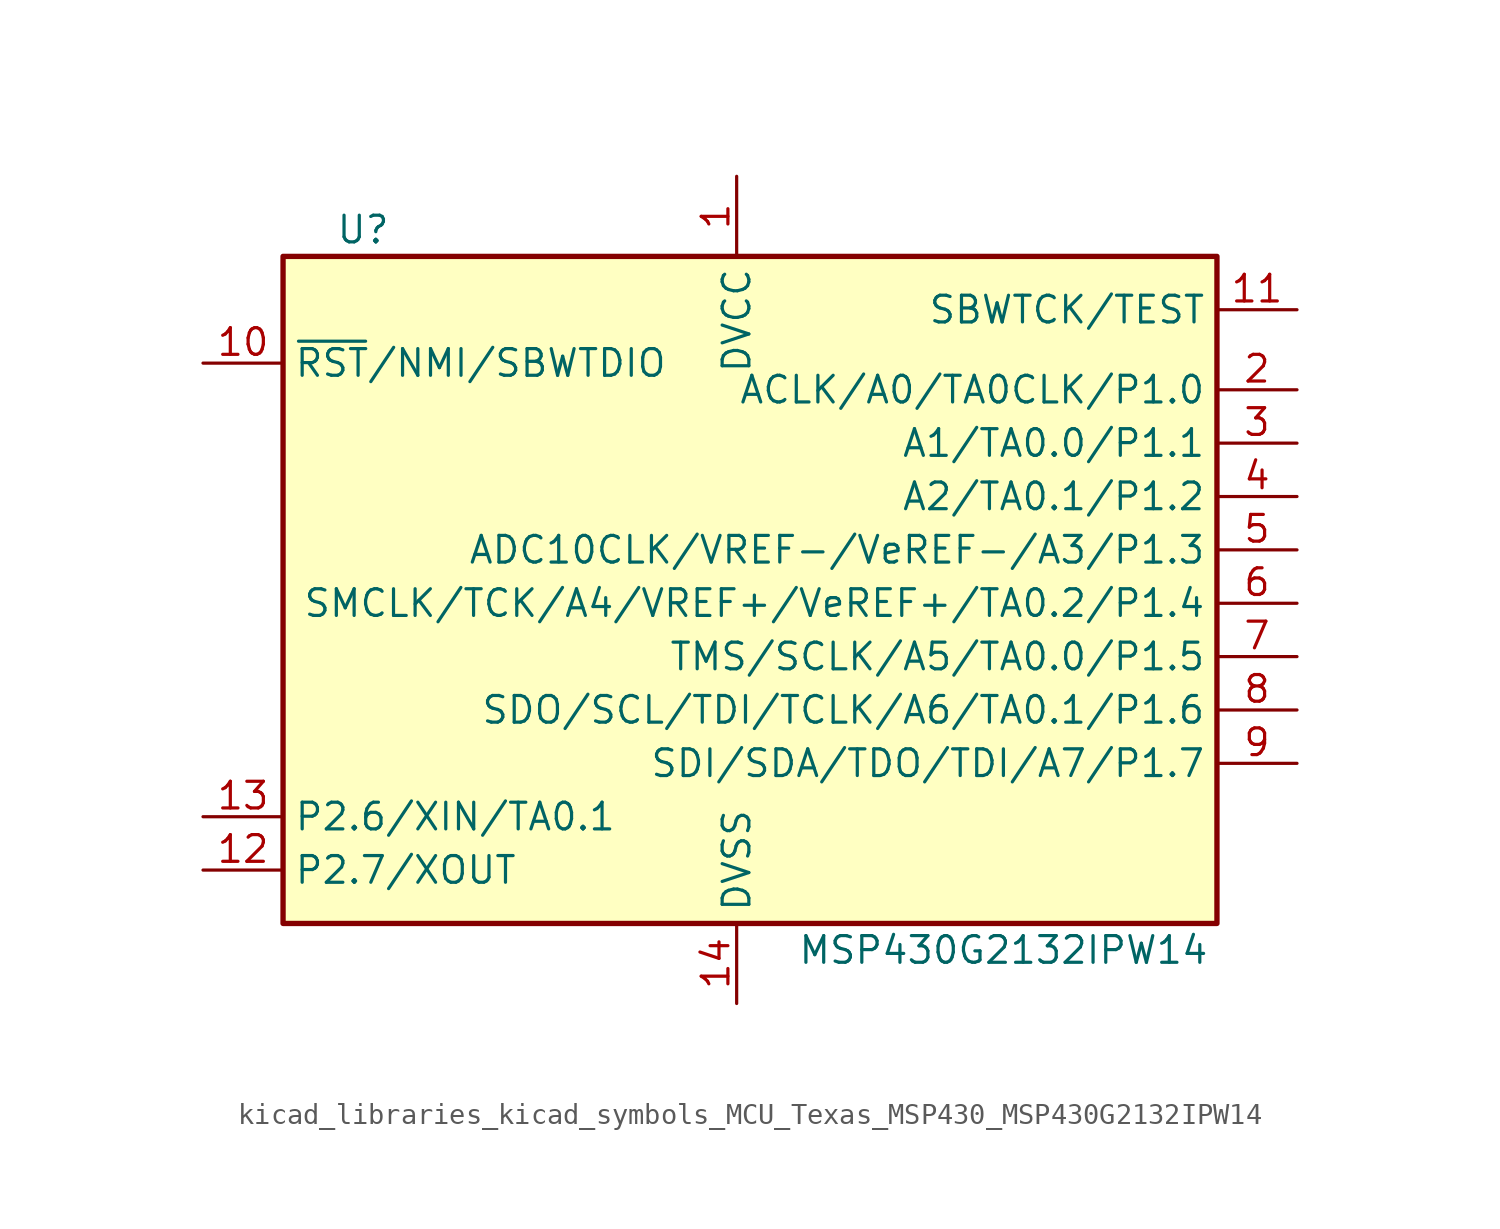
<source format=kicad_sym>
(kicad_symbol_lib
  (version 20220914)
  (generator kicad_symbol_editor)
  (symbol "kicad_libraries_kicad_symbols_MCU_Texas_MSP430_MSP430G2132IPW14"
    (property "Reference" "U"
      (at -17.78 17.78 0)
      (effects (font (size 1.27 1.27))))
    (property "Value" "MSP430G2132IPW14"
      (at 12.7 -16.51 0)
      (effects (font (size 1.27 1.27))))
    (symbol "kicad_libraries_kicad_symbols_MCU_Texas_MSP430_MSP430G2132IPW14_0_1"
      (rectangle (start -21.59 16.51) (end 22.86 -15.24) (stroke (width 0.254) (type default)) (fill (type background))))
    (symbol "kicad_libraries_kicad_symbols_MCU_Texas_MSP430_MSP430G2132IPW14_1_1"
      (pin power_in line (at 0 20.32 270) (length 3.81) (name "DVCC" (effects (font (size 1.27 1.27)))) (number "1" (effects (font (size 1.27 1.27)))))
      (pin input line (at -25.4 11.43 0) (length 3.81) (name "~{RST}/NMI/SBWTDIO" (effects (font (size 1.27 1.27)))) (number "10" (effects (font (size 1.27 1.27)))))
      (pin input line (at 26.67 13.97 180) (length 3.81) (name "SBWTCK/TEST" (effects (font (size 1.27 1.27)))) (number "11" (effects (font (size 1.27 1.27)))))
      (pin bidirectional line (at -25.4 -12.7 0) (length 3.81) (name "P2.7/XOUT" (effects (font (size 1.27 1.27)))) (number "12" (effects (font (size 1.27 1.27)))))
      (pin bidirectional line (at -25.4 -10.16 0) (length 3.81) (name "P2.6/XIN/TA0.1" (effects (font (size 1.27 1.27)))) (number "13" (effects (font (size 1.27 1.27)))))
      (pin power_in line (at 0 -19.05 90) (length 3.81) (name "DVSS" (effects (font (size 1.27 1.27)))) (number "14" (effects (font (size 1.27 1.27)))))
      (pin bidirectional line (at 26.67 10.16 180) (length 3.81) (name "ACLK/A0/TA0CLK/P1.0" (effects (font (size 1.27 1.27)))) (number "2" (effects (font (size 1.27 1.27)))))
      (pin bidirectional line (at 26.67 7.62 180) (length 3.81) (name "A1/TA0.0/P1.1" (effects (font (size 1.27 1.27)))) (number "3" (effects (font (size 1.27 1.27)))))
      (pin bidirectional line (at 26.67 5.08 180) (length 3.81) (name "A2/TA0.1/P1.2" (effects (font (size 1.27 1.27)))) (number "4" (effects (font (size 1.27 1.27)))))
      (pin bidirectional line (at 26.67 2.54 180) (length 3.81) (name "ADC10CLK/VREF-/VeREF-/A3/P1.3" (effects (font (size 1.27 1.27)))) (number "5" (effects (font (size 1.27 1.27)))))
      (pin bidirectional line (at 26.67 0 180) (length 3.81) (name "SMCLK/TCK/A4/VREF+/VeREF+/TA0.2/P1.4" (effects (font (size 1.27 1.27)))) (number "6" (effects (font (size 1.27 1.27)))))
      (pin bidirectional line (at 26.67 -2.54 180) (length 3.81) (name "TMS/SCLK/A5/TA0.0/P1.5" (effects (font (size 1.27 1.27)))) (number "7" (effects (font (size 1.27 1.27)))))
      (pin bidirectional line (at 26.67 -5.08 180) (length 3.81) (name "SDO/SCL/TDI/TCLK/A6/TA0.1/P1.6" (effects (font (size 1.27 1.27)))) (number "8" (effects (font (size 1.27 1.27)))))
      (pin bidirectional line (at 26.67 -7.62 180) (length 3.81) (name "SDI/SDA/TDO/TDI/A7/P1.7" (effects (font (size 1.27 1.27)))) (number "9" (effects (font (size 1.27 1.27))))))))
</source>
